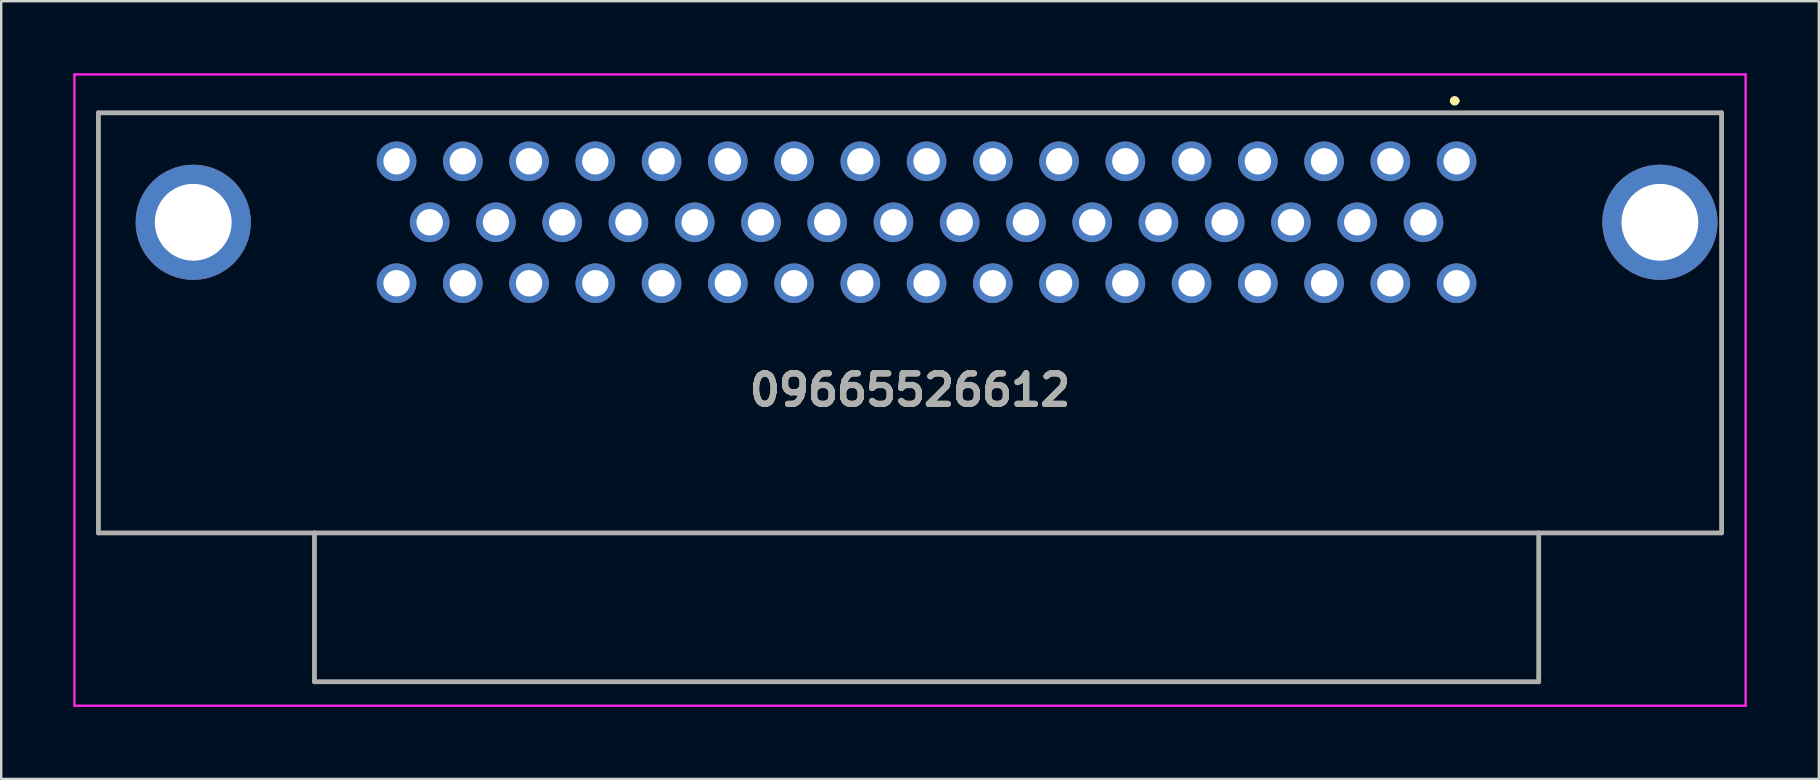
<source format=kicad_pcb>
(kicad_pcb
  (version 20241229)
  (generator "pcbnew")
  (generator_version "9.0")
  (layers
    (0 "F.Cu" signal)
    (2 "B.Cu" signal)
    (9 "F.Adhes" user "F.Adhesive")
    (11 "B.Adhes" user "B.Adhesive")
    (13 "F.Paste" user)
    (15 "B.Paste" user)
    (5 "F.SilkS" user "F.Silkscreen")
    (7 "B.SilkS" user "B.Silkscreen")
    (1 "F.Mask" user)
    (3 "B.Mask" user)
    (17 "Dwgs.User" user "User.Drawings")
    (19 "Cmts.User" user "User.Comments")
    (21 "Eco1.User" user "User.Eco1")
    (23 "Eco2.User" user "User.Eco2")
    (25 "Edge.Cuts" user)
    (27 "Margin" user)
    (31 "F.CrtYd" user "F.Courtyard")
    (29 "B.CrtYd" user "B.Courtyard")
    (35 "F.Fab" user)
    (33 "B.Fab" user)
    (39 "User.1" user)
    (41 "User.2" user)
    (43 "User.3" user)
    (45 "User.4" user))
  (footprint "09665526612"
    (layer "F.Cu")
    (at 34.86 13.2)
    (property "Reference" "09665526612" (at 0 0 0) (layer "F.SilkS") (effects (font (size 1.27 1.27) (thickness 0.254))))
    (attr through_hole)
    (fp_line (start -33.81 -11.55) (end 33.81 -11.55) (stroke (width 0.1) (type solid)) (layer "F.SilkS"))
    (fp_line (start -33.81 5.95) (end -33.81 -11.55) (stroke (width 0.1) (type solid)) (layer "F.SilkS"))
    (fp_line (start -24.81 5.95) (end -24.81 12.15) (stroke (width 0.1) (type solid)) (layer "F.SilkS"))
    (fp_line (start -24.81 12.15) (end 26.19 12.15) (stroke (width 0.1) (type solid)) (layer "F.SilkS"))
    (fp_line (start 22.59 -12.05) (end 22.59 -12.05) (stroke (width 0.2) (type solid)) (layer "F.SilkS"))
    (fp_line (start 22.79 -12.05) (end 22.79 -12.05) (stroke (width 0.2) (type solid)) (layer "F.SilkS"))
    (fp_line (start 26.19 12.15) (end 26.19 5.95) (stroke (width 0.1) (type solid)) (layer "F.SilkS"))
    (fp_line (start 33.81 -11.55) (end 33.81 5.95) (stroke (width 0.1) (type solid)) (layer "F.SilkS"))
    (fp_line (start 33.81 5.95) (end -33.81 5.95) (stroke (width 0.1) (type solid)) (layer "F.SilkS"))
    (fp_arc (start 22.59 -12.05) (mid 22.69 -12.15) (end 22.79 -12.05) (stroke (width 0.2) (type solid)) (layer "F.SilkS"))
    (fp_arc (start 22.79 -12.05) (mid 22.69 -11.95) (end 22.59 -12.05) (stroke (width 0.2) (type solid)) (layer "F.SilkS"))
    (fp_line (start -34.81 -13.15) (end 34.81 -13.15) (stroke (width 0.1) (type solid)) (layer "F.CrtYd"))
    (fp_line (start -34.81 13.15) (end -34.81 -13.15) (stroke (width 0.1) (type solid)) (layer "F.CrtYd"))
    (fp_line (start 34.81 -13.15) (end 34.81 13.15) (stroke (width 0.1) (type solid)) (layer "F.CrtYd"))
    (fp_line (start 34.81 13.15) (end -34.81 13.15) (stroke (width 0.1) (type solid)) (layer "F.CrtYd"))
    (fp_line (start -33.81 -11.55) (end 33.81 -11.55) (stroke (width 0.2) (type solid)) (layer "F.Fab"))
    (fp_line (start -33.81 5.95) (end -33.81 -11.55) (stroke (width 0.2) (type solid)) (layer "F.Fab"))
    (fp_line (start -24.81 5.95) (end -24.81 12.15) (stroke (width 0.2) (type solid)) (layer "F.Fab"))
    (fp_line (start -24.81 12.15) (end 26.19 12.15) (stroke (width 0.2) (type solid)) (layer "F.Fab"))
    (fp_line (start 26.19 12.15) (end 26.19 5.95) (stroke (width 0.2) (type solid)) (layer "F.Fab"))
    (fp_line (start 33.81 -11.55) (end 33.81 5.95) (stroke (width 0.2) (type solid)) (layer "F.Fab"))
    (fp_line (start 33.81 5.95) (end -33.81 5.95) (stroke (width 0.2) (type solid)) (layer "F.Fab"))
    (fp_text user "${REFERENCE}" (at 0 0 0) (layer "F.Fab") (effects (font (size 1.27 1.27) (thickness 0.254))))
    (pad "1" thru_hole circle (at 22.77 -9.53) (size 1.65 1.65) (drill 1.1) (layers "*.Cu" "*.Mask"))
    (pad "2" thru_hole circle (at 20.01 -9.53) (size 1.65 1.65) (drill 1.1) (layers "*.Cu" "*.Mask"))
    (pad "3" thru_hole circle (at 17.25 -9.53) (size 1.65 1.65) (drill 1.1) (layers "*.Cu" "*.Mask"))
    (pad "4" thru_hole circle (at 14.49 -9.53) (size 1.65 1.65) (drill 1.1) (layers "*.Cu" "*.Mask"))
    (pad "5" thru_hole circle (at 11.73 -9.53) (size 1.65 1.65) (drill 1.1) (layers "*.Cu" "*.Mask"))
    (pad "6" thru_hole circle (at 8.97 -9.53) (size 1.65 1.65) (drill 1.1) (layers "*.Cu" "*.Mask"))
    (pad "7" thru_hole circle (at 6.21 -9.53) (size 1.65 1.65) (drill 1.1) (layers "*.Cu" "*.Mask"))
    (pad "8" thru_hole circle (at 3.45 -9.53) (size 1.65 1.65) (drill 1.1) (layers "*.Cu" "*.Mask"))
    (pad "9" thru_hole circle (at 0.69 -9.53) (size 1.65 1.65) (drill 1.1) (layers "*.Cu" "*.Mask"))
    (pad "10" thru_hole circle (at -2.07 -9.53) (size 1.65 1.65) (drill 1.1) (layers "*.Cu" "*.Mask"))
    (pad "11" thru_hole circle (at -4.83 -9.53) (size 1.65 1.65) (drill 1.1) (layers "*.Cu" "*.Mask"))
    (pad "12" thru_hole circle (at -7.59 -9.53) (size 1.65 1.65) (drill 1.1) (layers "*.Cu" "*.Mask"))
    (pad "13" thru_hole circle (at -10.35 -9.53) (size 1.65 1.65) (drill 1.1) (layers "*.Cu" "*.Mask"))
    (pad "14" thru_hole circle (at -13.11 -9.53) (size 1.65 1.65) (drill 1.1) (layers "*.Cu" "*.Mask"))
    (pad "15" thru_hole circle (at -15.87 -9.53) (size 1.65 1.65) (drill 1.1) (layers "*.Cu" "*.Mask"))
    (pad "16" thru_hole circle (at -18.63 -9.53) (size 1.65 1.65) (drill 1.1) (layers "*.Cu" "*.Mask"))
    (pad "17" thru_hole circle (at -21.39 -9.53) (size 1.65 1.65) (drill 1.1) (layers "*.Cu" "*.Mask"))
    (pad "18" thru_hole circle (at 21.39 -6.99) (size 1.65 1.65) (drill 1.1) (layers "*.Cu" "*.Mask"))
    (pad "19" thru_hole circle (at 18.63 -6.99) (size 1.65 1.65) (drill 1.1) (layers "*.Cu" "*.Mask"))
    (pad "20" thru_hole circle (at 15.87 -6.99) (size 1.65 1.65) (drill 1.1) (layers "*.Cu" "*.Mask"))
    (pad "21" thru_hole circle (at 13.11 -6.99) (size 1.65 1.65) (drill 1.1) (layers "*.Cu" "*.Mask"))
    (pad "22" thru_hole circle (at 10.35 -6.99) (size 1.65 1.65) (drill 1.1) (layers "*.Cu" "*.Mask"))
    (pad "23" thru_hole circle (at 7.59 -6.99) (size 1.65 1.65) (drill 1.1) (layers "*.Cu" "*.Mask"))
    (pad "24" thru_hole circle (at 4.83 -6.99) (size 1.65 1.65) (drill 1.1) (layers "*.Cu" "*.Mask"))
    (pad "25" thru_hole circle (at 2.07 -6.99) (size 1.65 1.65) (drill 1.1) (layers "*.Cu" "*.Mask"))
    (pad "26" thru_hole circle (at -0.69 -6.99) (size 1.65 1.65) (drill 1.1) (layers "*.Cu" "*.Mask"))
    (pad "27" thru_hole circle (at -3.45 -6.99) (size 1.65 1.65) (drill 1.1) (layers "*.Cu" "*.Mask"))
    (pad "28" thru_hole circle (at -6.21 -6.99) (size 1.65 1.65) (drill 1.1) (layers "*.Cu" "*.Mask"))
    (pad "29" thru_hole circle (at -8.97 -6.99) (size 1.65 1.65) (drill 1.1) (layers "*.Cu" "*.Mask"))
    (pad "30" thru_hole circle (at -11.73 -6.99) (size 1.65 1.65) (drill 1.1) (layers "*.Cu" "*.Mask"))
    (pad "31" thru_hole circle (at -14.49 -6.99) (size 1.65 1.65) (drill 1.1) (layers "*.Cu" "*.Mask"))
    (pad "32" thru_hole circle (at -17.25 -6.99) (size 1.65 1.65) (drill 1.1) (layers "*.Cu" "*.Mask"))
    (pad "33" thru_hole circle (at -20.01 -6.99) (size 1.65 1.65) (drill 1.1) (layers "*.Cu" "*.Mask"))
    (pad "34" thru_hole circle (at 22.77 -4.45) (size 1.65 1.65) (drill 1.1) (layers "*.Cu" "*.Mask"))
    (pad "35" thru_hole circle (at 20.01 -4.45) (size 1.65 1.65) (drill 1.1) (layers "*.Cu" "*.Mask"))
    (pad "36" thru_hole circle (at 17.25 -4.45) (size 1.65 1.65) (drill 1.1) (layers "*.Cu" "*.Mask"))
    (pad "37" thru_hole circle (at 14.49 -4.45) (size 1.65 1.65) (drill 1.1) (layers "*.Cu" "*.Mask"))
    (pad "38" thru_hole circle (at 11.73 -4.45) (size 1.65 1.65) (drill 1.1) (layers "*.Cu" "*.Mask"))
    (pad "39" thru_hole circle (at 8.97 -4.45) (size 1.65 1.65) (drill 1.1) (layers "*.Cu" "*.Mask"))
    (pad "40" thru_hole circle (at 6.21 -4.45) (size 1.65 1.65) (drill 1.1) (layers "*.Cu" "*.Mask"))
    (pad "41" thru_hole circle (at 3.45 -4.45) (size 1.65 1.65) (drill 1.1) (layers "*.Cu" "*.Mask"))
    (pad "42" thru_hole circle (at 0.69 -4.45) (size 1.65 1.65) (drill 1.1) (layers "*.Cu" "*.Mask"))
    (pad "43" thru_hole circle (at -2.07 -4.45) (size 1.65 1.65) (drill 1.1) (layers "*.Cu" "*.Mask"))
    (pad "44" thru_hole circle (at -4.83 -4.45) (size 1.65 1.65) (drill 1.1) (layers "*.Cu" "*.Mask"))
    (pad "45" thru_hole circle (at -7.59 -4.45) (size 1.65 1.65) (drill 1.1) (layers "*.Cu" "*.Mask"))
    (pad "46" thru_hole circle (at -10.35 -4.45) (size 1.65 1.65) (drill 1.1) (layers "*.Cu" "*.Mask"))
    (pad "47" thru_hole circle (at -13.11 -4.45) (size 1.65 1.65) (drill 1.1) (layers "*.Cu" "*.Mask"))
    (pad "48" thru_hole circle (at -15.87 -4.45) (size 1.65 1.65) (drill 1.1) (layers "*.Cu" "*.Mask"))
    (pad "49" thru_hole circle (at -18.63 -4.45) (size 1.65 1.65) (drill 1.1) (layers "*.Cu" "*.Mask"))
    (pad "50" thru_hole circle (at -21.39 -4.45) (size 1.65 1.65) (drill 1.1) (layers "*.Cu" "*.Mask"))
    (pad "51" thru_hole circle (at -29.86 -6.99) (size 4.8 4.8) (drill 3.2) (layers "*.Cu" "*.Mask"))
    (pad "52" thru_hole circle (at 31.24 -6.99) (size 4.8 4.8) (drill 3.2) (layers "*.Cu" "*.Mask")))
  (gr_rect
    (start -3 -3)
    (end 72.72 29.4)
    (stroke (width 0.1) (type default))
    (fill no)
    (layer "Edge.Cuts")))
</source>
